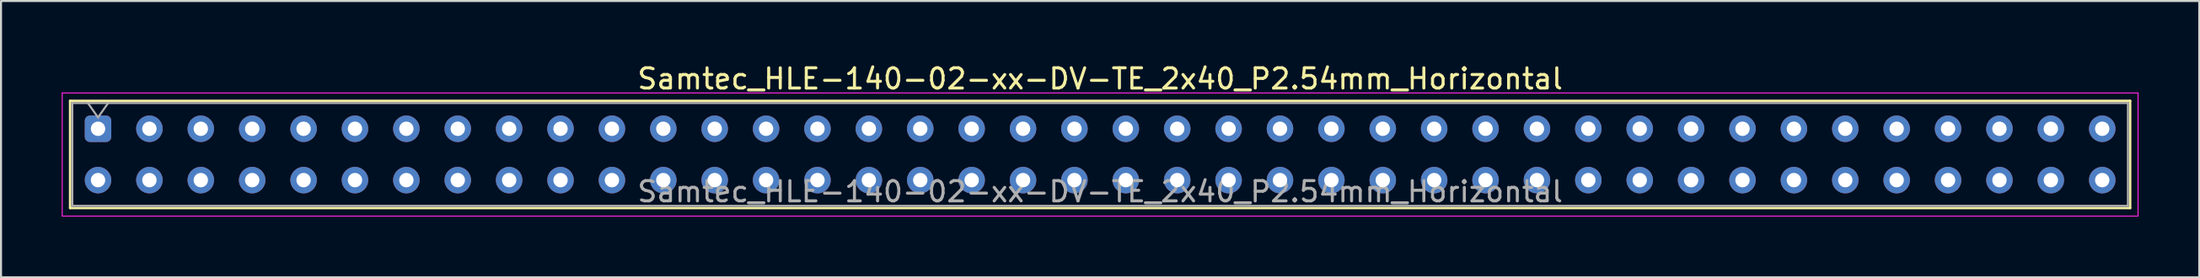
<source format=kicad_pcb>
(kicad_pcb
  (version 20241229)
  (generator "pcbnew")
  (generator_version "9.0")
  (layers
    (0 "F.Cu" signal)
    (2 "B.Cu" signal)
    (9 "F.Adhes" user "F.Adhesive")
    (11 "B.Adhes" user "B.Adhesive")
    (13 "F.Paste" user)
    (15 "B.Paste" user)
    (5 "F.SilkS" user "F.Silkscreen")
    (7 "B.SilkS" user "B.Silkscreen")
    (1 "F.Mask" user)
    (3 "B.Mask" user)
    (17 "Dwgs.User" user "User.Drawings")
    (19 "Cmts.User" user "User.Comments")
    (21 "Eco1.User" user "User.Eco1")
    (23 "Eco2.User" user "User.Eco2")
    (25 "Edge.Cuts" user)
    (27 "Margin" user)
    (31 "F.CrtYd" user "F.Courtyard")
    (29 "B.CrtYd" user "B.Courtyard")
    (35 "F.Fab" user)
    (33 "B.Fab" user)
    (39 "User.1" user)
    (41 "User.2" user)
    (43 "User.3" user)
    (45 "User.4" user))
  (footprint "Samtec_HLE-140-02-xx-DV-TE_2x40_P2.54mm_Horizontal"
    (layer "F.Cu")
    (at 1.795 3.318)
    (property "Reference" "Samtec_HLE-140-02-xx-DV-TE_2x40_P2.54mm_Horizontal" (at 49.53 -2.47 0) (layer "F.SilkS") (effects (font (size 1 1) (thickness 0.15))))
    (attr through_hole)
    (fp_line (start -1.38 -1.38) (end 100.44 -1.38) (stroke (width 0.12) (type solid)) (layer "F.SilkS"))
    (fp_line (start -1.38 3.92) (end -1.38 -1.38) (stroke (width 0.12) (type solid)) (layer "F.SilkS"))
    (fp_line (start 100.44 -1.38) (end 100.44 3.92) (stroke (width 0.12) (type solid)) (layer "F.SilkS"))
    (fp_line (start 100.44 3.92) (end -1.38 3.92) (stroke (width 0.12) (type solid)) (layer "F.SilkS"))
    (fp_line (start -1.77 -1.77) (end 100.83 -1.77) (stroke (width 0.05) (type solid)) (layer "F.CrtYd"))
    (fp_line (start -1.77 4.32) (end -1.77 -1.77) (stroke (width 0.05) (type solid)) (layer "F.CrtYd"))
    (fp_line (start 100.83 -1.77) (end 100.83 4.32) (stroke (width 0.05) (type solid)) (layer "F.CrtYd"))
    (fp_line (start 100.83 4.32) (end -1.77 4.32) (stroke (width 0.05) (type solid)) (layer "F.CrtYd"))
    (fp_line (start -1.27 -1.27) (end 100.33 -1.27) (stroke (width 0.1) (type solid)) (layer "F.Fab"))
    (fp_line (start -1.27 3.81) (end -1.27 -1.27) (stroke (width 0.1) (type solid)) (layer "F.Fab"))
    (fp_line (start -0.5 -1.27) (end 0 -0.563) (stroke (width 0.1) (type solid)) (layer "F.Fab"))
    (fp_line (start 0 -0.563) (end 0.5 -1.27) (stroke (width 0.1) (type solid)) (layer "F.Fab"))
    (fp_line (start 100.33 -1.27) (end 100.33 3.81) (stroke (width 0.1) (type solid)) (layer "F.Fab"))
    (fp_line (start 100.33 3.81) (end -1.27 3.81) (stroke (width 0.1) (type solid)) (layer "F.Fab"))
    (fp_text user "${REFERENCE}" (at 49.53 3.11 0) (layer "F.Fab") (effects (font (size 1 1) (thickness 0.15))))
    (pad "1" thru_hole roundrect (at 0 0) (size 1.31 1.31) (drill 0.71) (layers "*.Cu" "*.Mask") (roundrect_rratio 0.191))
    (pad "2" thru_hole circle (at 0 2.54) (size 1.31 1.31) (drill 0.71) (layers "*.Cu" "*.Mask"))
    (pad "3" thru_hole circle (at 2.54 0) (size 1.31 1.31) (drill 0.71) (layers "*.Cu" "*.Mask"))
    (pad "4" thru_hole circle (at 2.54 2.54) (size 1.31 1.31) (drill 0.71) (layers "*.Cu" "*.Mask"))
    (pad "5" thru_hole circle (at 5.08 0) (size 1.31 1.31) (drill 0.71) (layers "*.Cu" "*.Mask"))
    (pad "6" thru_hole circle (at 5.08 2.54) (size 1.31 1.31) (drill 0.71) (layers "*.Cu" "*.Mask"))
    (pad "7" thru_hole circle (at 7.62 0) (size 1.31 1.31) (drill 0.71) (layers "*.Cu" "*.Mask"))
    (pad "8" thru_hole circle (at 7.62 2.54) (size 1.31 1.31) (drill 0.71) (layers "*.Cu" "*.Mask"))
    (pad "9" thru_hole circle (at 10.16 0) (size 1.31 1.31) (drill 0.71) (layers "*.Cu" "*.Mask"))
    (pad "10" thru_hole circle (at 10.16 2.54) (size 1.31 1.31) (drill 0.71) (layers "*.Cu" "*.Mask"))
    (pad "11" thru_hole circle (at 12.7 0) (size 1.31 1.31) (drill 0.71) (layers "*.Cu" "*.Mask"))
    (pad "12" thru_hole circle (at 12.7 2.54) (size 1.31 1.31) (drill 0.71) (layers "*.Cu" "*.Mask"))
    (pad "13" thru_hole circle (at 15.24 0) (size 1.31 1.31) (drill 0.71) (layers "*.Cu" "*.Mask"))
    (pad "14" thru_hole circle (at 15.24 2.54) (size 1.31 1.31) (drill 0.71) (layers "*.Cu" "*.Mask"))
    (pad "15" thru_hole circle (at 17.78 0) (size 1.31 1.31) (drill 0.71) (layers "*.Cu" "*.Mask"))
    (pad "16" thru_hole circle (at 17.78 2.54) (size 1.31 1.31) (drill 0.71) (layers "*.Cu" "*.Mask"))
    (pad "17" thru_hole circle (at 20.32 0) (size 1.31 1.31) (drill 0.71) (layers "*.Cu" "*.Mask"))
    (pad "18" thru_hole circle (at 20.32 2.54) (size 1.31 1.31) (drill 0.71) (layers "*.Cu" "*.Mask"))
    (pad "19" thru_hole circle (at 22.86 0) (size 1.31 1.31) (drill 0.71) (layers "*.Cu" "*.Mask"))
    (pad "20" thru_hole circle (at 22.86 2.54) (size 1.31 1.31) (drill 0.71) (layers "*.Cu" "*.Mask"))
    (pad "21" thru_hole circle (at 25.4 0) (size 1.31 1.31) (drill 0.71) (layers "*.Cu" "*.Mask"))
    (pad "22" thru_hole circle (at 25.4 2.54) (size 1.31 1.31) (drill 0.71) (layers "*.Cu" "*.Mask"))
    (pad "23" thru_hole circle (at 27.94 0) (size 1.31 1.31) (drill 0.71) (layers "*.Cu" "*.Mask"))
    (pad "24" thru_hole circle (at 27.94 2.54) (size 1.31 1.31) (drill 0.71) (layers "*.Cu" "*.Mask"))
    (pad "25" thru_hole circle (at 30.48 0) (size 1.31 1.31) (drill 0.71) (layers "*.Cu" "*.Mask"))
    (pad "26" thru_hole circle (at 30.48 2.54) (size 1.31 1.31) (drill 0.71) (layers "*.Cu" "*.Mask"))
    (pad "27" thru_hole circle (at 33.02 0) (size 1.31 1.31) (drill 0.71) (layers "*.Cu" "*.Mask"))
    (pad "28" thru_hole circle (at 33.02 2.54) (size 1.31 1.31) (drill 0.71) (layers "*.Cu" "*.Mask"))
    (pad "29" thru_hole circle (at 35.56 0) (size 1.31 1.31) (drill 0.71) (layers "*.Cu" "*.Mask"))
    (pad "30" thru_hole circle (at 35.56 2.54) (size 1.31 1.31) (drill 0.71) (layers "*.Cu" "*.Mask"))
    (pad "31" thru_hole circle (at 38.1 0) (size 1.31 1.31) (drill 0.71) (layers "*.Cu" "*.Mask"))
    (pad "32" thru_hole circle (at 38.1 2.54) (size 1.31 1.31) (drill 0.71) (layers "*.Cu" "*.Mask"))
    (pad "33" thru_hole circle (at 40.64 0) (size 1.31 1.31) (drill 0.71) (layers "*.Cu" "*.Mask"))
    (pad "34" thru_hole circle (at 40.64 2.54) (size 1.31 1.31) (drill 0.71) (layers "*.Cu" "*.Mask"))
    (pad "35" thru_hole circle (at 43.18 0) (size 1.31 1.31) (drill 0.71) (layers "*.Cu" "*.Mask"))
    (pad "36" thru_hole circle (at 43.18 2.54) (size 1.31 1.31) (drill 0.71) (layers "*.Cu" "*.Mask"))
    (pad "37" thru_hole circle (at 45.72 0) (size 1.31 1.31) (drill 0.71) (layers "*.Cu" "*.Mask"))
    (pad "38" thru_hole circle (at 45.72 2.54) (size 1.31 1.31) (drill 0.71) (layers "*.Cu" "*.Mask"))
    (pad "39" thru_hole circle (at 48.26 0) (size 1.31 1.31) (drill 0.71) (layers "*.Cu" "*.Mask"))
    (pad "40" thru_hole circle (at 48.26 2.54) (size 1.31 1.31) (drill 0.71) (layers "*.Cu" "*.Mask"))
    (pad "41" thru_hole circle (at 50.8 0) (size 1.31 1.31) (drill 0.71) (layers "*.Cu" "*.Mask"))
    (pad "42" thru_hole circle (at 50.8 2.54) (size 1.31 1.31) (drill 0.71) (layers "*.Cu" "*.Mask"))
    (pad "43" thru_hole circle (at 53.34 0) (size 1.31 1.31) (drill 0.71) (layers "*.Cu" "*.Mask"))
    (pad "44" thru_hole circle (at 53.34 2.54) (size 1.31 1.31) (drill 0.71) (layers "*.Cu" "*.Mask"))
    (pad "45" thru_hole circle (at 55.88 0) (size 1.31 1.31) (drill 0.71) (layers "*.Cu" "*.Mask"))
    (pad "46" thru_hole circle (at 55.88 2.54) (size 1.31 1.31) (drill 0.71) (layers "*.Cu" "*.Mask"))
    (pad "47" thru_hole circle (at 58.42 0) (size 1.31 1.31) (drill 0.71) (layers "*.Cu" "*.Mask"))
    (pad "48" thru_hole circle (at 58.42 2.54) (size 1.31 1.31) (drill 0.71) (layers "*.Cu" "*.Mask"))
    (pad "49" thru_hole circle (at 60.96 0) (size 1.31 1.31) (drill 0.71) (layers "*.Cu" "*.Mask"))
    (pad "50" thru_hole circle (at 60.96 2.54) (size 1.31 1.31) (drill 0.71) (layers "*.Cu" "*.Mask"))
    (pad "51" thru_hole circle (at 63.5 0) (size 1.31 1.31) (drill 0.71) (layers "*.Cu" "*.Mask"))
    (pad "52" thru_hole circle (at 63.5 2.54) (size 1.31 1.31) (drill 0.71) (layers "*.Cu" "*.Mask"))
    (pad "53" thru_hole circle (at 66.04 0) (size 1.31 1.31) (drill 0.71) (layers "*.Cu" "*.Mask"))
    (pad "54" thru_hole circle (at 66.04 2.54) (size 1.31 1.31) (drill 0.71) (layers "*.Cu" "*.Mask"))
    (pad "55" thru_hole circle (at 68.58 0) (size 1.31 1.31) (drill 0.71) (layers "*.Cu" "*.Mask"))
    (pad "56" thru_hole circle (at 68.58 2.54) (size 1.31 1.31) (drill 0.71) (layers "*.Cu" "*.Mask"))
    (pad "57" thru_hole circle (at 71.12 0) (size 1.31 1.31) (drill 0.71) (layers "*.Cu" "*.Mask"))
    (pad "58" thru_hole circle (at 71.12 2.54) (size 1.31 1.31) (drill 0.71) (layers "*.Cu" "*.Mask"))
    (pad "59" thru_hole circle (at 73.66 0) (size 1.31 1.31) (drill 0.71) (layers "*.Cu" "*.Mask"))
    (pad "60" thru_hole circle (at 73.66 2.54) (size 1.31 1.31) (drill 0.71) (layers "*.Cu" "*.Mask"))
    (pad "61" thru_hole circle (at 76.2 0) (size 1.31 1.31) (drill 0.71) (layers "*.Cu" "*.Mask"))
    (pad "62" thru_hole circle (at 76.2 2.54) (size 1.31 1.31) (drill 0.71) (layers "*.Cu" "*.Mask"))
    (pad "63" thru_hole circle (at 78.74 0) (size 1.31 1.31) (drill 0.71) (layers "*.Cu" "*.Mask"))
    (pad "64" thru_hole circle (at 78.74 2.54) (size 1.31 1.31) (drill 0.71) (layers "*.Cu" "*.Mask"))
    (pad "65" thru_hole circle (at 81.28 0) (size 1.31 1.31) (drill 0.71) (layers "*.Cu" "*.Mask"))
    (pad "66" thru_hole circle (at 81.28 2.54) (size 1.31 1.31) (drill 0.71) (layers "*.Cu" "*.Mask"))
    (pad "67" thru_hole circle (at 83.82 0) (size 1.31 1.31) (drill 0.71) (layers "*.Cu" "*.Mask"))
    (pad "68" thru_hole circle (at 83.82 2.54) (size 1.31 1.31) (drill 0.71) (layers "*.Cu" "*.Mask"))
    (pad "69" thru_hole circle (at 86.36 0) (size 1.31 1.31) (drill 0.71) (layers "*.Cu" "*.Mask"))
    (pad "70" thru_hole circle (at 86.36 2.54) (size 1.31 1.31) (drill 0.71) (layers "*.Cu" "*.Mask"))
    (pad "71" thru_hole circle (at 88.9 0) (size 1.31 1.31) (drill 0.71) (layers "*.Cu" "*.Mask"))
    (pad "72" thru_hole circle (at 88.9 2.54) (size 1.31 1.31) (drill 0.71) (layers "*.Cu" "*.Mask"))
    (pad "73" thru_hole circle (at 91.44 0) (size 1.31 1.31) (drill 0.71) (layers "*.Cu" "*.Mask"))
    (pad "74" thru_hole circle (at 91.44 2.54) (size 1.31 1.31) (drill 0.71) (layers "*.Cu" "*.Mask"))
    (pad "75" thru_hole circle (at 93.98 0) (size 1.31 1.31) (drill 0.71) (layers "*.Cu" "*.Mask"))
    (pad "76" thru_hole circle (at 93.98 2.54) (size 1.31 1.31) (drill 0.71) (layers "*.Cu" "*.Mask"))
    (pad "77" thru_hole circle (at 96.52 0) (size 1.31 1.31) (drill 0.71) (layers "*.Cu" "*.Mask"))
    (pad "78" thru_hole circle (at 96.52 2.54) (size 1.31 1.31) (drill 0.71) (layers "*.Cu" "*.Mask"))
    (pad "79" thru_hole circle (at 99.06 0) (size 1.31 1.31) (drill 0.71) (layers "*.Cu" "*.Mask"))
    (pad "80" thru_hole circle (at 99.06 2.54) (size 1.31 1.31) (drill 0.71) (layers "*.Cu" "*.Mask")))
  (gr_rect
    (start -3 -3)
    (end 105.65 10.663)
    (stroke (width 0.1) (type default))
    (fill no)
    (layer "Edge.Cuts")))
</source>
